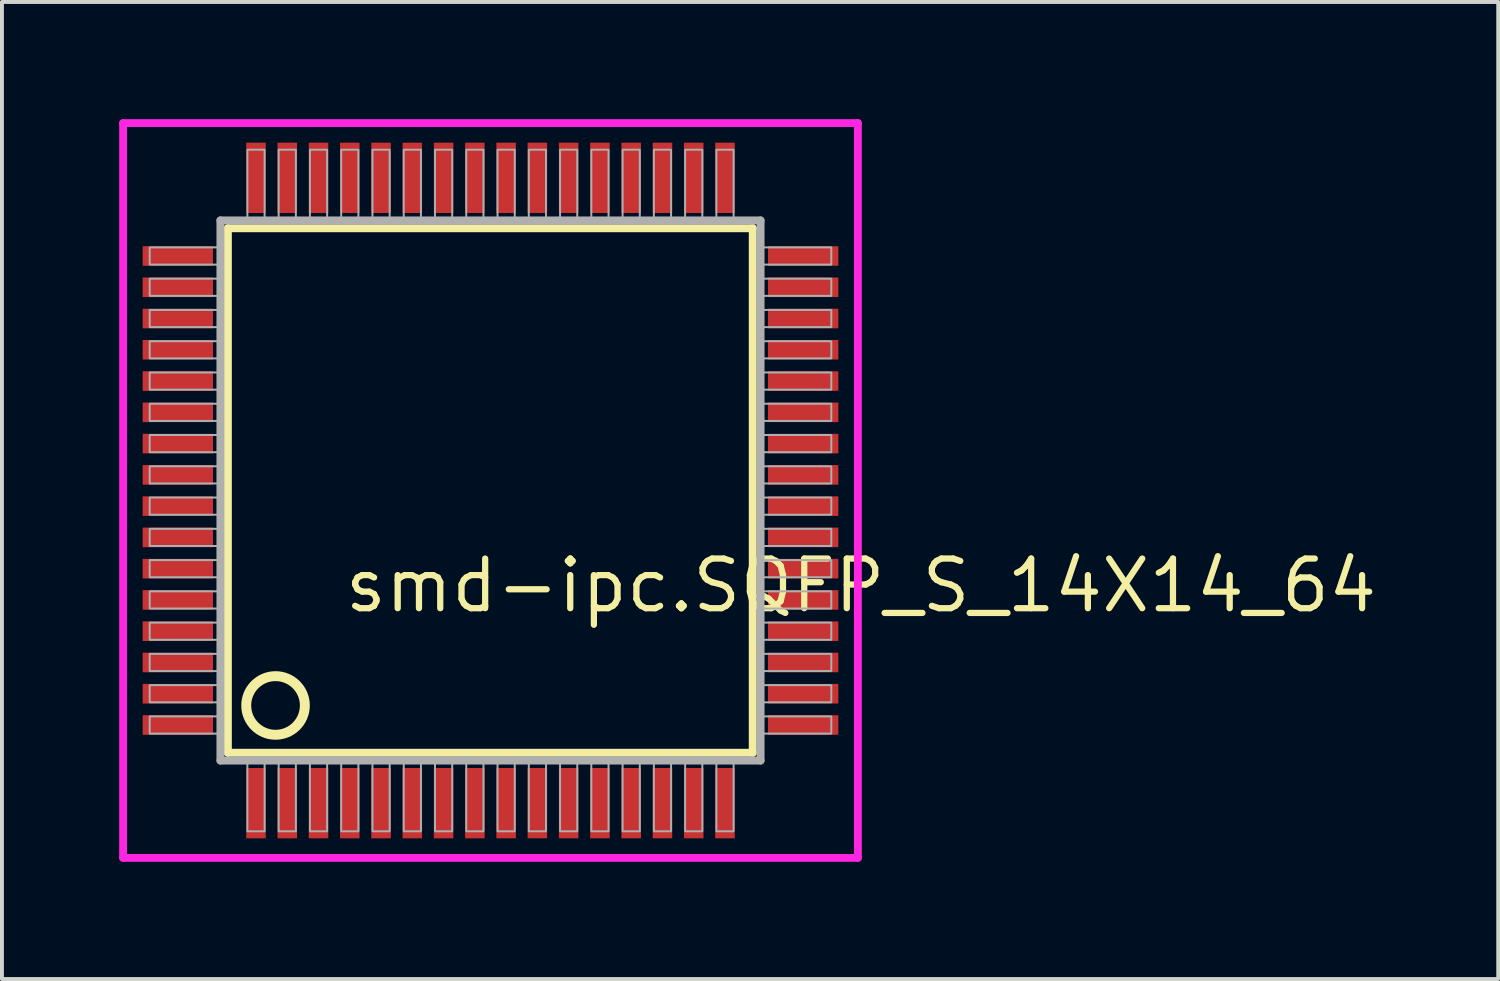
<source format=kicad_pcb>
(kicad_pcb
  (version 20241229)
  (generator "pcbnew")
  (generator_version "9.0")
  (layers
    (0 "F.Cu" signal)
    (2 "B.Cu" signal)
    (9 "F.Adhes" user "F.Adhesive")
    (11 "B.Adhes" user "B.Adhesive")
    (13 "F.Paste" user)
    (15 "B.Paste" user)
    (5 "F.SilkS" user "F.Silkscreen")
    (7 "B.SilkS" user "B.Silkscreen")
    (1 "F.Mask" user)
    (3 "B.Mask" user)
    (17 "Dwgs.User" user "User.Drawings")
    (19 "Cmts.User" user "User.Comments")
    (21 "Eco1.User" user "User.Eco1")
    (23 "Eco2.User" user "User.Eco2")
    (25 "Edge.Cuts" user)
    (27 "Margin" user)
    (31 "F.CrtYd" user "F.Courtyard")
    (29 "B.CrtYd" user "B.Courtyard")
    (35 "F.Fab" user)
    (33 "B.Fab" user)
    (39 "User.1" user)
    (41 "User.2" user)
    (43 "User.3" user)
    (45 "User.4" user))
  (footprint "smd-ipc.SQFP_S_14X14_64"
    (layer "F.Cu")
    (at 9.5 9.5)
    (property "Reference" "smd-ipc.SQFP_S_14X14_64" (at -3.81 3.175 0) (layer "F.SilkS") (effects (font (size 1.27 1.27) (thickness 0.16)) (justify left bottom)))
    (attr smd)
    (fp_line (start -6.72 -6.71) (end 6.71 -6.71) (stroke (width 0.203) (type default)) (layer "F.SilkS"))
    (fp_line (start -6.72 6.71) (end -6.72 -6.71) (stroke (width 0.203) (type default)) (layer "F.SilkS"))
    (fp_line (start 6.71 -6.71) (end 6.71 6.71) (stroke (width 0.203) (type default)) (layer "F.SilkS"))
    (fp_line (start 6.71 6.71) (end -6.72 6.71) (stroke (width 0.203) (type default)) (layer "F.SilkS"))
    (fp_circle (center -5.5 5.5) (end -4.75 5.5) (stroke (width 0.254) (type default)) (fill no) (layer "F.SilkS"))
    (fp_line (start -9.4 -9.4) (end 9.4 -9.4) (stroke (width 0.2) (type default)) (layer "F.CrtYd"))
    (fp_line (start -9.4 9.4) (end -9.4 -9.4) (stroke (width 0.2) (type default)) (layer "F.CrtYd"))
    (fp_line (start 9.4 -9.4) (end 9.4 9.4) (stroke (width 0.2) (type default)) (layer "F.CrtYd"))
    (fp_line (start 9.4 9.4) (end -9.4 9.4) (stroke (width 0.2) (type default)) (layer "F.CrtYd"))
    (fp_line (start -6.91 -6.91) (end -6.91 6.91) (stroke (width 0.203) (type default)) (layer "F.Fab"))
    (fp_line (start -6.91 6.91) (end 6.91 6.91) (stroke (width 0.203) (type default)) (layer "F.Fab"))
    (fp_line (start 6.91 -6.91) (end -6.91 -6.91) (stroke (width 0.203) (type default)) (layer "F.Fab"))
    (fp_line (start 6.91 6.91) (end 6.91 -6.91) (stroke (width 0.203) (type default)) (layer "F.Fab"))
    (fp_rect (start -8.72 -5.78) (end -6.95 -6.22) (stroke (width 0.05) (type default)) (fill no) (layer "F.Fab"))
    (fp_rect (start -8.72 -4.98) (end -6.95 -5.42) (stroke (width 0.05) (type default)) (fill no) (layer "F.Fab"))
    (fp_rect (start -8.72 -4.18) (end -6.95 -4.62) (stroke (width 0.05) (type default)) (fill no) (layer "F.Fab"))
    (fp_rect (start -8.72 -3.38) (end -6.95 -3.82) (stroke (width 0.05) (type default)) (fill no) (layer "F.Fab"))
    (fp_rect (start -8.72 -2.58) (end -6.95 -3.02) (stroke (width 0.05) (type default)) (fill no) (layer "F.Fab"))
    (fp_rect (start -8.72 -1.78) (end -6.95 -2.22) (stroke (width 0.05) (type default)) (fill no) (layer "F.Fab"))
    (fp_rect (start -8.72 -0.98) (end -6.95 -1.42) (stroke (width 0.05) (type default)) (fill no) (layer "F.Fab"))
    (fp_rect (start -8.72 -0.18) (end -6.95 -0.62) (stroke (width 0.05) (type default)) (fill no) (layer "F.Fab"))
    (fp_rect (start -8.72 0.62) (end -6.95 0.18) (stroke (width 0.05) (type default)) (fill no) (layer "F.Fab"))
    (fp_rect (start -8.72 1.42) (end -6.95 0.98) (stroke (width 0.05) (type default)) (fill no) (layer "F.Fab"))
    (fp_rect (start -8.72 2.22) (end -6.95 1.78) (stroke (width 0.05) (type default)) (fill no) (layer "F.Fab"))
    (fp_rect (start -8.72 3.02) (end -6.95 2.58) (stroke (width 0.05) (type default)) (fill no) (layer "F.Fab"))
    (fp_rect (start -8.72 3.82) (end -6.95 3.38) (stroke (width 0.05) (type default)) (fill no) (layer "F.Fab"))
    (fp_rect (start -8.72 4.62) (end -6.95 4.18) (stroke (width 0.05) (type default)) (fill no) (layer "F.Fab"))
    (fp_rect (start -8.72 5.42) (end -6.95 4.98) (stroke (width 0.05) (type default)) (fill no) (layer "F.Fab"))
    (fp_rect (start -8.72 6.22) (end -6.95 5.78) (stroke (width 0.05) (type default)) (fill no) (layer "F.Fab"))
    (fp_rect (start -6.22 -6.95) (end -5.78 -8.72) (stroke (width 0.05) (type default)) (fill no) (layer "F.Fab"))
    (fp_rect (start -6.22 8.72) (end -5.78 6.95) (stroke (width 0.05) (type default)) (fill no) (layer "F.Fab"))
    (fp_rect (start -5.42 -6.95) (end -4.98 -8.72) (stroke (width 0.05) (type default)) (fill no) (layer "F.Fab"))
    (fp_rect (start -5.42 8.72) (end -4.98 6.95) (stroke (width 0.05) (type default)) (fill no) (layer "F.Fab"))
    (fp_rect (start -4.62 -6.95) (end -4.18 -8.72) (stroke (width 0.05) (type default)) (fill no) (layer "F.Fab"))
    (fp_rect (start -4.62 8.72) (end -4.18 6.95) (stroke (width 0.05) (type default)) (fill no) (layer "F.Fab"))
    (fp_rect (start -3.82 -6.95) (end -3.38 -8.72) (stroke (width 0.05) (type default)) (fill no) (layer "F.Fab"))
    (fp_rect (start -3.82 8.72) (end -3.38 6.95) (stroke (width 0.05) (type default)) (fill no) (layer "F.Fab"))
    (fp_rect (start -3.02 -6.95) (end -2.58 -8.72) (stroke (width 0.05) (type default)) (fill no) (layer "F.Fab"))
    (fp_rect (start -3.02 8.72) (end -2.58 6.95) (stroke (width 0.05) (type default)) (fill no) (layer "F.Fab"))
    (fp_rect (start -2.22 -6.95) (end -1.78 -8.72) (stroke (width 0.05) (type default)) (fill no) (layer "F.Fab"))
    (fp_rect (start -2.22 8.72) (end -1.78 6.95) (stroke (width 0.05) (type default)) (fill no) (layer "F.Fab"))
    (fp_rect (start -1.42 -6.95) (end -0.98 -8.72) (stroke (width 0.05) (type default)) (fill no) (layer "F.Fab"))
    (fp_rect (start -1.42 8.72) (end -0.98 6.95) (stroke (width 0.05) (type default)) (fill no) (layer "F.Fab"))
    (fp_rect (start -0.62 -6.95) (end -0.18 -8.72) (stroke (width 0.05) (type default)) (fill no) (layer "F.Fab"))
    (fp_rect (start -0.62 8.72) (end -0.18 6.95) (stroke (width 0.05) (type default)) (fill no) (layer "F.Fab"))
    (fp_rect (start 0.18 -6.95) (end 0.62 -8.72) (stroke (width 0.05) (type default)) (fill no) (layer "F.Fab"))
    (fp_rect (start 0.18 8.72) (end 0.62 6.95) (stroke (width 0.05) (type default)) (fill no) (layer "F.Fab"))
    (fp_rect (start 0.98 -6.95) (end 1.42 -8.72) (stroke (width 0.05) (type default)) (fill no) (layer "F.Fab"))
    (fp_rect (start 0.98 8.72) (end 1.42 6.95) (stroke (width 0.05) (type default)) (fill no) (layer "F.Fab"))
    (fp_rect (start 1.78 -6.95) (end 2.22 -8.72) (stroke (width 0.05) (type default)) (fill no) (layer "F.Fab"))
    (fp_rect (start 1.78 8.72) (end 2.22 6.95) (stroke (width 0.05) (type default)) (fill no) (layer "F.Fab"))
    (fp_rect (start 2.58 -6.95) (end 3.02 -8.72) (stroke (width 0.05) (type default)) (fill no) (layer "F.Fab"))
    (fp_rect (start 2.58 8.72) (end 3.02 6.95) (stroke (width 0.05) (type default)) (fill no) (layer "F.Fab"))
    (fp_rect (start 3.38 -6.95) (end 3.82 -8.72) (stroke (width 0.05) (type default)) (fill no) (layer "F.Fab"))
    (fp_rect (start 3.38 8.72) (end 3.82 6.95) (stroke (width 0.05) (type default)) (fill no) (layer "F.Fab"))
    (fp_rect (start 4.18 -6.95) (end 4.62 -8.72) (stroke (width 0.05) (type default)) (fill no) (layer "F.Fab"))
    (fp_rect (start 4.18 8.72) (end 4.62 6.95) (stroke (width 0.05) (type default)) (fill no) (layer "F.Fab"))
    (fp_rect (start 4.98 -6.95) (end 5.42 -8.72) (stroke (width 0.05) (type default)) (fill no) (layer "F.Fab"))
    (fp_rect (start 4.98 8.72) (end 5.42 6.95) (stroke (width 0.05) (type default)) (fill no) (layer "F.Fab"))
    (fp_rect (start 5.78 -6.95) (end 6.22 -8.72) (stroke (width 0.05) (type default)) (fill no) (layer "F.Fab"))
    (fp_rect (start 5.78 8.72) (end 6.22 6.95) (stroke (width 0.05) (type default)) (fill no) (layer "F.Fab"))
    (fp_rect (start 6.95 -5.78) (end 8.72 -6.22) (stroke (width 0.05) (type default)) (fill no) (layer "F.Fab"))
    (fp_rect (start 6.95 -4.98) (end 8.72 -5.42) (stroke (width 0.05) (type default)) (fill no) (layer "F.Fab"))
    (fp_rect (start 6.95 -4.18) (end 8.72 -4.62) (stroke (width 0.05) (type default)) (fill no) (layer "F.Fab"))
    (fp_rect (start 6.95 -3.38) (end 8.72 -3.82) (stroke (width 0.05) (type default)) (fill no) (layer "F.Fab"))
    (fp_rect (start 6.95 -2.58) (end 8.72 -3.02) (stroke (width 0.05) (type default)) (fill no) (layer "F.Fab"))
    (fp_rect (start 6.95 -1.78) (end 8.72 -2.22) (stroke (width 0.05) (type default)) (fill no) (layer "F.Fab"))
    (fp_rect (start 6.95 -0.98) (end 8.72 -1.42) (stroke (width 0.05) (type default)) (fill no) (layer "F.Fab"))
    (fp_rect (start 6.95 -0.18) (end 8.72 -0.62) (stroke (width 0.05) (type default)) (fill no) (layer "F.Fab"))
    (fp_rect (start 6.95 0.62) (end 8.72 0.18) (stroke (width 0.05) (type default)) (fill no) (layer "F.Fab"))
    (fp_rect (start 6.95 1.42) (end 8.72 0.98) (stroke (width 0.05) (type default)) (fill no) (layer "F.Fab"))
    (fp_rect (start 6.95 2.22) (end 8.72 1.78) (stroke (width 0.05) (type default)) (fill no) (layer "F.Fab"))
    (fp_rect (start 6.95 3.02) (end 8.72 2.58) (stroke (width 0.05) (type default)) (fill no) (layer "F.Fab"))
    (fp_rect (start 6.95 3.82) (end 8.72 3.38) (stroke (width 0.05) (type default)) (fill no) (layer "F.Fab"))
    (fp_rect (start 6.95 4.62) (end 8.72 4.18) (stroke (width 0.05) (type default)) (fill no) (layer "F.Fab"))
    (fp_rect (start 6.95 5.42) (end 8.72 4.98) (stroke (width 0.05) (type default)) (fill no) (layer "F.Fab"))
    (fp_rect (start 6.95 6.22) (end 8.72 5.78) (stroke (width 0.05) (type default)) (fill no) (layer "F.Fab"))
    (pad "1" smd roundrect (at -6 8) (size 0.5 1.8) (layers "F.Cu" "F.Mask" "F.Paste") (roundrect_rratio 0.01))
    (pad "2" smd roundrect (at -5.2 8) (size 0.5 1.8) (layers "F.Cu" "F.Mask" "F.Paste") (roundrect_rratio 0.01))
    (pad "3" smd roundrect (at -4.4 8) (size 0.5 1.8) (layers "F.Cu" "F.Mask" "F.Paste") (roundrect_rratio 0.01))
    (pad "4" smd roundrect (at -3.6 8) (size 0.5 1.8) (layers "F.Cu" "F.Mask" "F.Paste") (roundrect_rratio 0.01))
    (pad "5" smd roundrect (at -2.8 8) (size 0.5 1.8) (layers "F.Cu" "F.Mask" "F.Paste") (roundrect_rratio 0.01))
    (pad "6" smd roundrect (at -2 8) (size 0.5 1.8) (layers "F.Cu" "F.Mask" "F.Paste") (roundrect_rratio 0.01))
    (pad "7" smd roundrect (at -1.2 8) (size 0.5 1.8) (layers "F.Cu" "F.Mask" "F.Paste") (roundrect_rratio 0.01))
    (pad "8" smd roundrect (at -0.4 8) (size 0.5 1.8) (layers "F.Cu" "F.Mask" "F.Paste") (roundrect_rratio 0.01))
    (pad "9" smd roundrect (at 0.4 8) (size 0.5 1.8) (layers "F.Cu" "F.Mask" "F.Paste") (roundrect_rratio 0.01))
    (pad "10" smd roundrect (at 1.2 8) (size 0.5 1.8) (layers "F.Cu" "F.Mask" "F.Paste") (roundrect_rratio 0.01))
    (pad "11" smd roundrect (at 2 8) (size 0.5 1.8) (layers "F.Cu" "F.Mask" "F.Paste") (roundrect_rratio 0.01))
    (pad "12" smd roundrect (at 2.8 8) (size 0.5 1.8) (layers "F.Cu" "F.Mask" "F.Paste") (roundrect_rratio 0.01))
    (pad "13" smd roundrect (at 3.6 8) (size 0.5 1.8) (layers "F.Cu" "F.Mask" "F.Paste") (roundrect_rratio 0.01))
    (pad "14" smd roundrect (at 4.4 8) (size 0.5 1.8) (layers "F.Cu" "F.Mask" "F.Paste") (roundrect_rratio 0.01))
    (pad "15" smd roundrect (at 5.2 8) (size 0.5 1.8) (layers "F.Cu" "F.Mask" "F.Paste") (roundrect_rratio 0.01))
    (pad "16" smd roundrect (at 6 8) (size 0.5 1.8) (layers "F.Cu" "F.Mask" "F.Paste") (roundrect_rratio 0.01))
    (pad "17" smd roundrect (at 8 6) (size 1.8 0.5) (layers "F.Cu" "F.Mask" "F.Paste") (roundrect_rratio 0.01))
    (pad "18" smd roundrect (at 8 5.2) (size 1.8 0.5) (layers "F.Cu" "F.Mask" "F.Paste") (roundrect_rratio 0.01))
    (pad "19" smd roundrect (at 8 4.4) (size 1.8 0.5) (layers "F.Cu" "F.Mask" "F.Paste") (roundrect_rratio 0.01))
    (pad "20" smd roundrect (at 8 3.6) (size 1.8 0.5) (layers "F.Cu" "F.Mask" "F.Paste") (roundrect_rratio 0.01))
    (pad "21" smd roundrect (at 8 2.8) (size 1.8 0.5) (layers "F.Cu" "F.Mask" "F.Paste") (roundrect_rratio 0.01))
    (pad "22" smd roundrect (at 8 2) (size 1.8 0.5) (layers "F.Cu" "F.Mask" "F.Paste") (roundrect_rratio 0.01))
    (pad "23" smd roundrect (at 8 1.2) (size 1.8 0.5) (layers "F.Cu" "F.Mask" "F.Paste") (roundrect_rratio 0.01))
    (pad "24" smd roundrect (at 8 0.4) (size 1.8 0.5) (layers "F.Cu" "F.Mask" "F.Paste") (roundrect_rratio 0.01))
    (pad "25" smd roundrect (at 8 -0.4) (size 1.8 0.5) (layers "F.Cu" "F.Mask" "F.Paste") (roundrect_rratio 0.01))
    (pad "26" smd roundrect (at 8 -1.2) (size 1.8 0.5) (layers "F.Cu" "F.Mask" "F.Paste") (roundrect_rratio 0.01))
    (pad "27" smd roundrect (at 8 -2) (size 1.8 0.5) (layers "F.Cu" "F.Mask" "F.Paste") (roundrect_rratio 0.01))
    (pad "28" smd roundrect (at 8 -2.8) (size 1.8 0.5) (layers "F.Cu" "F.Mask" "F.Paste") (roundrect_rratio 0.01))
    (pad "29" smd roundrect (at 8 -3.6) (size 1.8 0.5) (layers "F.Cu" "F.Mask" "F.Paste") (roundrect_rratio 0.01))
    (pad "30" smd roundrect (at 8 -4.4) (size 1.8 0.5) (layers "F.Cu" "F.Mask" "F.Paste") (roundrect_rratio 0.01))
    (pad "31" smd roundrect (at 8 -5.2) (size 1.8 0.5) (layers "F.Cu" "F.Mask" "F.Paste") (roundrect_rratio 0.01))
    (pad "32" smd roundrect (at 8 -6) (size 1.8 0.5) (layers "F.Cu" "F.Mask" "F.Paste") (roundrect_rratio 0.01))
    (pad "33" smd roundrect (at 6 -8) (size 0.5 1.8) (layers "F.Cu" "F.Mask" "F.Paste") (roundrect_rratio 0.01))
    (pad "34" smd roundrect (at 5.2 -8) (size 0.5 1.8) (layers "F.Cu" "F.Mask" "F.Paste") (roundrect_rratio 0.01))
    (pad "35" smd roundrect (at 4.4 -8) (size 0.5 1.8) (layers "F.Cu" "F.Mask" "F.Paste") (roundrect_rratio 0.01))
    (pad "36" smd roundrect (at 3.6 -8) (size 0.5 1.8) (layers "F.Cu" "F.Mask" "F.Paste") (roundrect_rratio 0.01))
    (pad "37" smd roundrect (at 2.8 -8) (size 0.5 1.8) (layers "F.Cu" "F.Mask" "F.Paste") (roundrect_rratio 0.01))
    (pad "38" smd roundrect (at 2 -8) (size 0.5 1.8) (layers "F.Cu" "F.Mask" "F.Paste") (roundrect_rratio 0.01))
    (pad "39" smd roundrect (at 1.2 -8) (size 0.5 1.8) (layers "F.Cu" "F.Mask" "F.Paste") (roundrect_rratio 0.01))
    (pad "40" smd roundrect (at 0.4 -8) (size 0.5 1.8) (layers "F.Cu" "F.Mask" "F.Paste") (roundrect_rratio 0.01))
    (pad "41" smd roundrect (at -0.4 -8) (size 0.5 1.8) (layers "F.Cu" "F.Mask" "F.Paste") (roundrect_rratio 0.01))
    (pad "42" smd roundrect (at -1.2 -8) (size 0.5 1.8) (layers "F.Cu" "F.Mask" "F.Paste") (roundrect_rratio 0.01))
    (pad "43" smd roundrect (at -2 -8) (size 0.5 1.8) (layers "F.Cu" "F.Mask" "F.Paste") (roundrect_rratio 0.01))
    (pad "44" smd roundrect (at -2.8 -8) (size 0.5 1.8) (layers "F.Cu" "F.Mask" "F.Paste") (roundrect_rratio 0.01))
    (pad "45" smd roundrect (at -3.6 -8) (size 0.5 1.8) (layers "F.Cu" "F.Mask" "F.Paste") (roundrect_rratio 0.01))
    (pad "46" smd roundrect (at -4.4 -8) (size 0.5 1.8) (layers "F.Cu" "F.Mask" "F.Paste") (roundrect_rratio 0.01))
    (pad "47" smd roundrect (at -5.2 -8) (size 0.5 1.8) (layers "F.Cu" "F.Mask" "F.Paste") (roundrect_rratio 0.01))
    (pad "48" smd roundrect (at -6 -8) (size 0.5 1.8) (layers "F.Cu" "F.Mask" "F.Paste") (roundrect_rratio 0.01))
    (pad "49" smd roundrect (at -8 -6) (size 1.8 0.5) (layers "F.Cu" "F.Mask" "F.Paste") (roundrect_rratio 0.01))
    (pad "50" smd roundrect (at -8 -5.2) (size 1.8 0.5) (layers "F.Cu" "F.Mask" "F.Paste") (roundrect_rratio 0.01))
    (pad "51" smd roundrect (at -8 -4.4) (size 1.8 0.5) (layers "F.Cu" "F.Mask" "F.Paste") (roundrect_rratio 0.01))
    (pad "52" smd roundrect (at -8 -3.6) (size 1.8 0.5) (layers "F.Cu" "F.Mask" "F.Paste") (roundrect_rratio 0.01))
    (pad "53" smd roundrect (at -8 -2.8) (size 1.8 0.5) (layers "F.Cu" "F.Mask" "F.Paste") (roundrect_rratio 0.01))
    (pad "54" smd roundrect (at -8 -2) (size 1.8 0.5) (layers "F.Cu" "F.Mask" "F.Paste") (roundrect_rratio 0.01))
    (pad "55" smd roundrect (at -8 -1.2) (size 1.8 0.5) (layers "F.Cu" "F.Mask" "F.Paste") (roundrect_rratio 0.01))
    (pad "56" smd roundrect (at -8 -0.4) (size 1.8 0.5) (layers "F.Cu" "F.Mask" "F.Paste") (roundrect_rratio 0.01))
    (pad "57" smd roundrect (at -8 0.4) (size 1.8 0.5) (layers "F.Cu" "F.Mask" "F.Paste") (roundrect_rratio 0.01))
    (pad "58" smd roundrect (at -8 1.2) (size 1.8 0.5) (layers "F.Cu" "F.Mask" "F.Paste") (roundrect_rratio 0.01))
    (pad "59" smd roundrect (at -8 2) (size 1.8 0.5) (layers "F.Cu" "F.Mask" "F.Paste") (roundrect_rratio 0.01))
    (pad "60" smd roundrect (at -8 2.8) (size 1.8 0.5) (layers "F.Cu" "F.Mask" "F.Paste") (roundrect_rratio 0.01))
    (pad "61" smd roundrect (at -8 3.6) (size 1.8 0.5) (layers "F.Cu" "F.Mask" "F.Paste") (roundrect_rratio 0.01))
    (pad "62" smd roundrect (at -8 4.4) (size 1.8 0.5) (layers "F.Cu" "F.Mask" "F.Paste") (roundrect_rratio 0.01))
    (pad "63" smd roundrect (at -8 5.2) (size 1.8 0.5) (layers "F.Cu" "F.Mask" "F.Paste") (roundrect_rratio 0.01))
    (pad "64" smd roundrect (at -8 6) (size 1.8 0.5) (layers "F.Cu" "F.Mask" "F.Paste") (roundrect_rratio 0.01)))
  (gr_rect
    (start -3 -3)
    (end 35.284 22)
    (stroke (width 0.1) (type default))
    (fill no)
    (layer "Edge.Cuts")))
</source>
